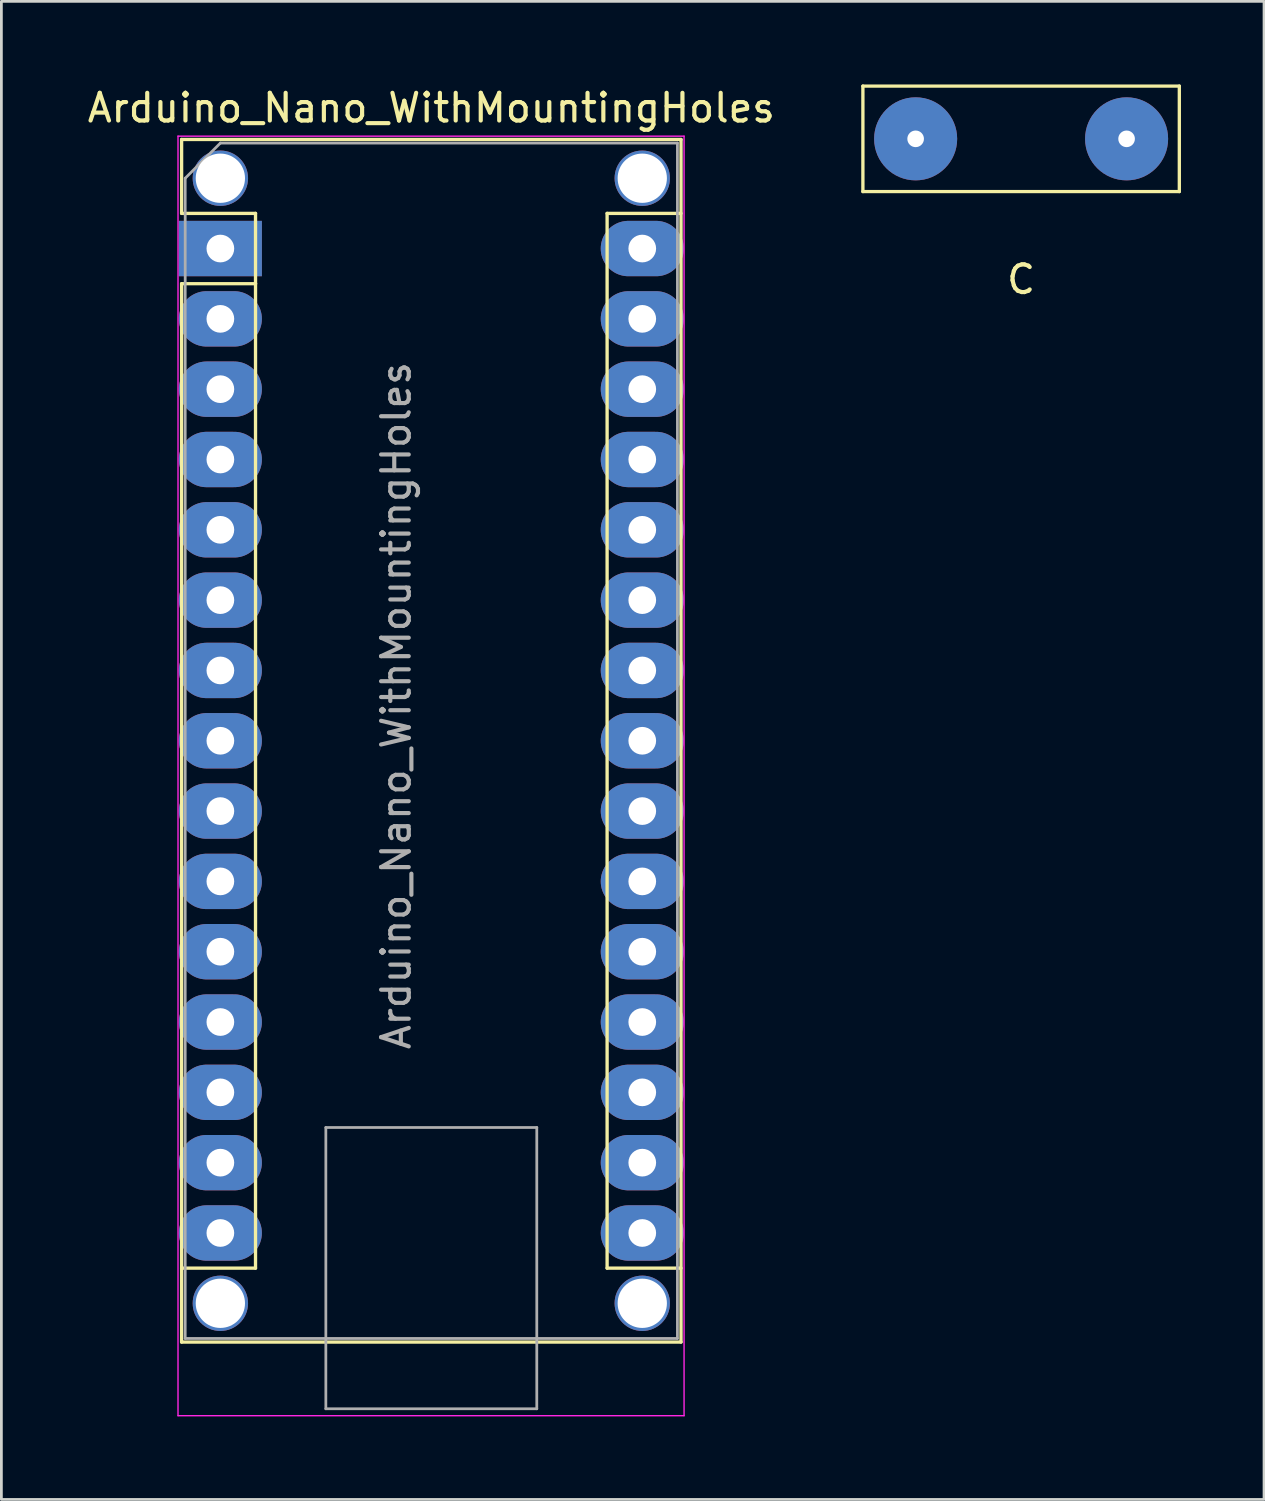
<source format=kicad_pcb>
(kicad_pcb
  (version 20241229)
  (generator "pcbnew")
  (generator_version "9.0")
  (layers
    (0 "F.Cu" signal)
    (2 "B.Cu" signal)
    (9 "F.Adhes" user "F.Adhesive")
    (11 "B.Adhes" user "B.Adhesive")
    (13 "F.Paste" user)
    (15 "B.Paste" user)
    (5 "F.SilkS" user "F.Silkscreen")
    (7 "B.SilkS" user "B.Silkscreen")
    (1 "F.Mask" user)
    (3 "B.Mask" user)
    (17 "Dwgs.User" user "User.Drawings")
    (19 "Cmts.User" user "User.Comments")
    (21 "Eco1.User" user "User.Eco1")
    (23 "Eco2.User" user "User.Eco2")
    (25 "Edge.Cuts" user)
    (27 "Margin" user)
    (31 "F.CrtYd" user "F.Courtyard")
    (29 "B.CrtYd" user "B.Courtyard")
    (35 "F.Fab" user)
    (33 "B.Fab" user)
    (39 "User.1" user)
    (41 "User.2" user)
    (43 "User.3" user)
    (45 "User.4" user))
  (footprint "C"
    (layer "F.Cu")
    (at 33.835 1.965)
    (property "Reference" "C" (at 0 5.08 0) (layer "F.SilkS") (effects (font (size 1 1) (thickness 0.15))))
    (attr through_hole)
    (fp_line (start -5.715 -1.905) (end -5.715 1.905) (stroke (width 0.12) (type solid)) (layer "F.SilkS"))
    (fp_line (start -5.715 1.905) (end 5.715 1.905) (stroke (width 0.12) (type solid)) (layer "F.SilkS"))
    (fp_line (start 5.715 -1.905) (end -5.715 -1.905) (stroke (width 0.12) (type solid)) (layer "F.SilkS"))
    (fp_line (start 5.715 1.905) (end 5.715 -1.905) (stroke (width 0.12) (type solid)) (layer "F.SilkS"))
    (pad "1" thru_hole circle (at -3.81 0) (size 3 3) (drill 0.6) (layers "*.Cu" "*.Mask"))
    (pad "2" thru_hole circle (at 3.81 0) (size 3 3) (drill 0.6) (layers "*.Cu" "*.Mask")))
  (footprint "Arduino_Nano_WithMountingHoles"
    (layer "F.Cu")
    (at 4.91 5.928)
    (property "Reference" "Arduino_Nano_WithMountingHoles" (at 7.62 -5.08 0) (layer "F.SilkS") (effects (font (size 1 1) (thickness 0.15))))
    (attr through_hole)
    (fp_line (start -1.4 -3.94) (end -1.4 -1.27) (stroke (width 0.12) (type solid)) (layer "F.SilkS"))
    (fp_line (start -1.4 1.27) (end -1.4 39.5) (stroke (width 0.12) (type solid)) (layer "F.SilkS"))
    (fp_line (start -1.4 39.5) (end 16.64 39.5) (stroke (width 0.12) (type solid)) (layer "F.SilkS"))
    (fp_line (start 1.27 -1.27) (end -1.4 -1.27) (stroke (width 0.12) (type solid)) (layer "F.SilkS"))
    (fp_line (start 1.27 1.27) (end -1.4 1.27) (stroke (width 0.12) (type solid)) (layer "F.SilkS"))
    (fp_line (start 1.27 1.27) (end 1.27 -1.27) (stroke (width 0.12) (type solid)) (layer "F.SilkS"))
    (fp_line (start 1.27 1.27) (end 1.27 36.83) (stroke (width 0.12) (type solid)) (layer "F.SilkS"))
    (fp_line (start 1.27 36.83) (end -1.4 36.83) (stroke (width 0.12) (type solid)) (layer "F.SilkS"))
    (fp_line (start 13.97 -1.27) (end 13.97 36.83) (stroke (width 0.12) (type solid)) (layer "F.SilkS"))
    (fp_line (start 13.97 -1.27) (end 16.64 -1.27) (stroke (width 0.12) (type solid)) (layer "F.SilkS"))
    (fp_line (start 13.97 36.83) (end 16.64 36.83) (stroke (width 0.12) (type solid)) (layer "F.SilkS"))
    (fp_line (start 16.64 -3.94) (end -1.4 -3.94) (stroke (width 0.12) (type solid)) (layer "F.SilkS"))
    (fp_line (start 16.64 39.5) (end 16.64 -3.94) (stroke (width 0.12) (type solid)) (layer "F.SilkS"))
    (fp_line (start -1.53 -4.06) (end -1.53 42.16) (stroke (width 0.05) (type solid)) (layer "F.CrtYd"))
    (fp_line (start -1.53 -4.06) (end 16.75 -4.06) (stroke (width 0.05) (type solid)) (layer "F.CrtYd"))
    (fp_line (start 16.75 42.16) (end -1.53 42.16) (stroke (width 0.05) (type solid)) (layer "F.CrtYd"))
    (fp_line (start 16.75 42.16) (end 16.75 -4.06) (stroke (width 0.05) (type solid)) (layer "F.CrtYd"))
    (fp_line (start -1.27 -2.54) (end 0 -3.81) (stroke (width 0.1) (type solid)) (layer "F.Fab"))
    (fp_line (start -1.27 39.37) (end -1.27 -2.54) (stroke (width 0.1) (type solid)) (layer "F.Fab"))
    (fp_line (start 0 -3.81) (end 16.51 -3.81) (stroke (width 0.1) (type solid)) (layer "F.Fab"))
    (fp_line (start 3.81 31.75) (end 11.43 31.75) (stroke (width 0.1) (type solid)) (layer "F.Fab"))
    (fp_line (start 3.81 41.91) (end 3.81 31.75) (stroke (width 0.1) (type solid)) (layer "F.Fab"))
    (fp_line (start 11.43 31.75) (end 11.43 41.91) (stroke (width 0.1) (type solid)) (layer "F.Fab"))
    (fp_line (start 11.43 41.91) (end 3.81 41.91) (stroke (width 0.1) (type solid)) (layer "F.Fab"))
    (fp_line (start 16.51 -3.81) (end 16.51 39.37) (stroke (width 0.1) (type solid)) (layer "F.Fab"))
    (fp_line (start 16.51 39.37) (end -1.27 39.37) (stroke (width 0.1) (type solid)) (layer "F.Fab"))
    (fp_text user "${REFERENCE}" (at 6.35 16.51 90) (layer "F.Fab") (effects (font (size 1 1) (thickness 0.15))))
    (pad "" np_thru_hole circle (at 0 -2.54) (size 2 2) (drill 1.78) (layers "*.Cu" "*.Mask"))
    (pad "" np_thru_hole circle (at 0 38.1) (size 2 2) (drill 1.78) (layers "*.Cu" "*.Mask"))
    (pad "" np_thru_hole circle (at 15.24 -2.54) (size 2 2) (drill 1.78) (layers "*.Cu" "*.Mask"))
    (pad "" np_thru_hole circle (at 15.24 38.1) (size 2 2) (drill 1.78) (layers "*.Cu" "*.Mask"))
    (pad "1" thru_hole rect (at 0 0) (size 3 2) (drill 1) (layers "*.Cu" "*.Mask"))
    (pad "2" thru_hole oval (at 0 2.54) (size 3 2) (drill 1) (layers "*.Cu" "*.Mask"))
    (pad "3" thru_hole oval (at 0 5.08) (size 3 2) (drill 1) (layers "*.Cu" "*.Mask"))
    (pad "4" thru_hole oval (at 0 7.62) (size 3 2) (drill 1) (layers "*.Cu" "*.Mask"))
    (pad "5" thru_hole oval (at 0 10.16) (size 3 2) (drill 1) (layers "*.Cu" "*.Mask"))
    (pad "6" thru_hole oval (at 0 12.7) (size 3 2) (drill 1) (layers "*.Cu" "*.Mask"))
    (pad "7" thru_hole oval (at 0 15.24) (size 3 2) (drill 1) (layers "*.Cu" "*.Mask"))
    (pad "8" thru_hole oval (at 0 17.78) (size 3 2) (drill 1) (layers "*.Cu" "*.Mask"))
    (pad "9" thru_hole oval (at 0 20.32) (size 3 2) (drill 1) (layers "*.Cu" "*.Mask"))
    (pad "10" thru_hole oval (at 0 22.86) (size 3 2) (drill 1) (layers "*.Cu" "*.Mask"))
    (pad "11" thru_hole oval (at 0 25.4) (size 3 2) (drill 1) (layers "*.Cu" "*.Mask"))
    (pad "12" thru_hole oval (at 0 27.94) (size 3 2) (drill 1) (layers "*.Cu" "*.Mask"))
    (pad "13" thru_hole oval (at 0 30.48) (size 3 2) (drill 1) (layers "*.Cu" "*.Mask"))
    (pad "14" thru_hole oval (at 0 33.02) (size 3 2) (drill 1) (layers "*.Cu" "*.Mask"))
    (pad "15" thru_hole oval (at 0 35.56) (size 3 2) (drill 1) (layers "*.Cu" "*.Mask"))
    (pad "16" thru_hole oval (at 15.24 35.56) (size 3 2) (drill 1) (layers "*.Cu" "*.Mask"))
    (pad "17" thru_hole oval (at 15.24 33.02) (size 3 2) (drill 1) (layers "*.Cu" "*.Mask"))
    (pad "18" thru_hole oval (at 15.24 30.48) (size 3 2) (drill 1) (layers "*.Cu" "*.Mask"))
    (pad "19" thru_hole oval (at 15.24 27.94) (size 3 2) (drill 1) (layers "*.Cu" "*.Mask"))
    (pad "20" thru_hole oval (at 15.24 25.4) (size 3 2) (drill 1) (layers "*.Cu" "*.Mask"))
    (pad "21" thru_hole oval (at 15.24 22.86) (size 3 2) (drill 1) (layers "*.Cu" "*.Mask"))
    (pad "22" thru_hole oval (at 15.24 20.32) (size 3 2) (drill 1) (layers "*.Cu" "*.Mask"))
    (pad "23" thru_hole oval (at 15.24 17.78) (size 3 2) (drill 1) (layers "*.Cu" "*.Mask"))
    (pad "24" thru_hole oval (at 15.24 15.24) (size 3 2) (drill 1) (layers "*.Cu" "*.Mask"))
    (pad "25" thru_hole oval (at 15.24 12.7) (size 3 2) (drill 1) (layers "*.Cu" "*.Mask"))
    (pad "26" thru_hole oval (at 15.24 10.16) (size 3 2) (drill 1) (layers "*.Cu" "*.Mask"))
    (pad "27" thru_hole oval (at 15.24 7.62) (size 3 2) (drill 1) (layers "*.Cu" "*.Mask"))
    (pad "28" thru_hole oval (at 15.24 5.08) (size 3 2) (drill 1) (layers "*.Cu" "*.Mask"))
    (pad "29" thru_hole oval (at 15.24 2.54) (size 3 2) (drill 1) (layers "*.Cu" "*.Mask"))
    (pad "30" thru_hole oval (at 15.24 0) (size 3 2) (drill 1) (layers "*.Cu" "*.Mask")))
  (gr_rect
    (start -3 -3)
    (end 42.61 51.113)
    (stroke (width 0.1) (type default))
    (fill no)
    (layer "Edge.Cuts")))
</source>
